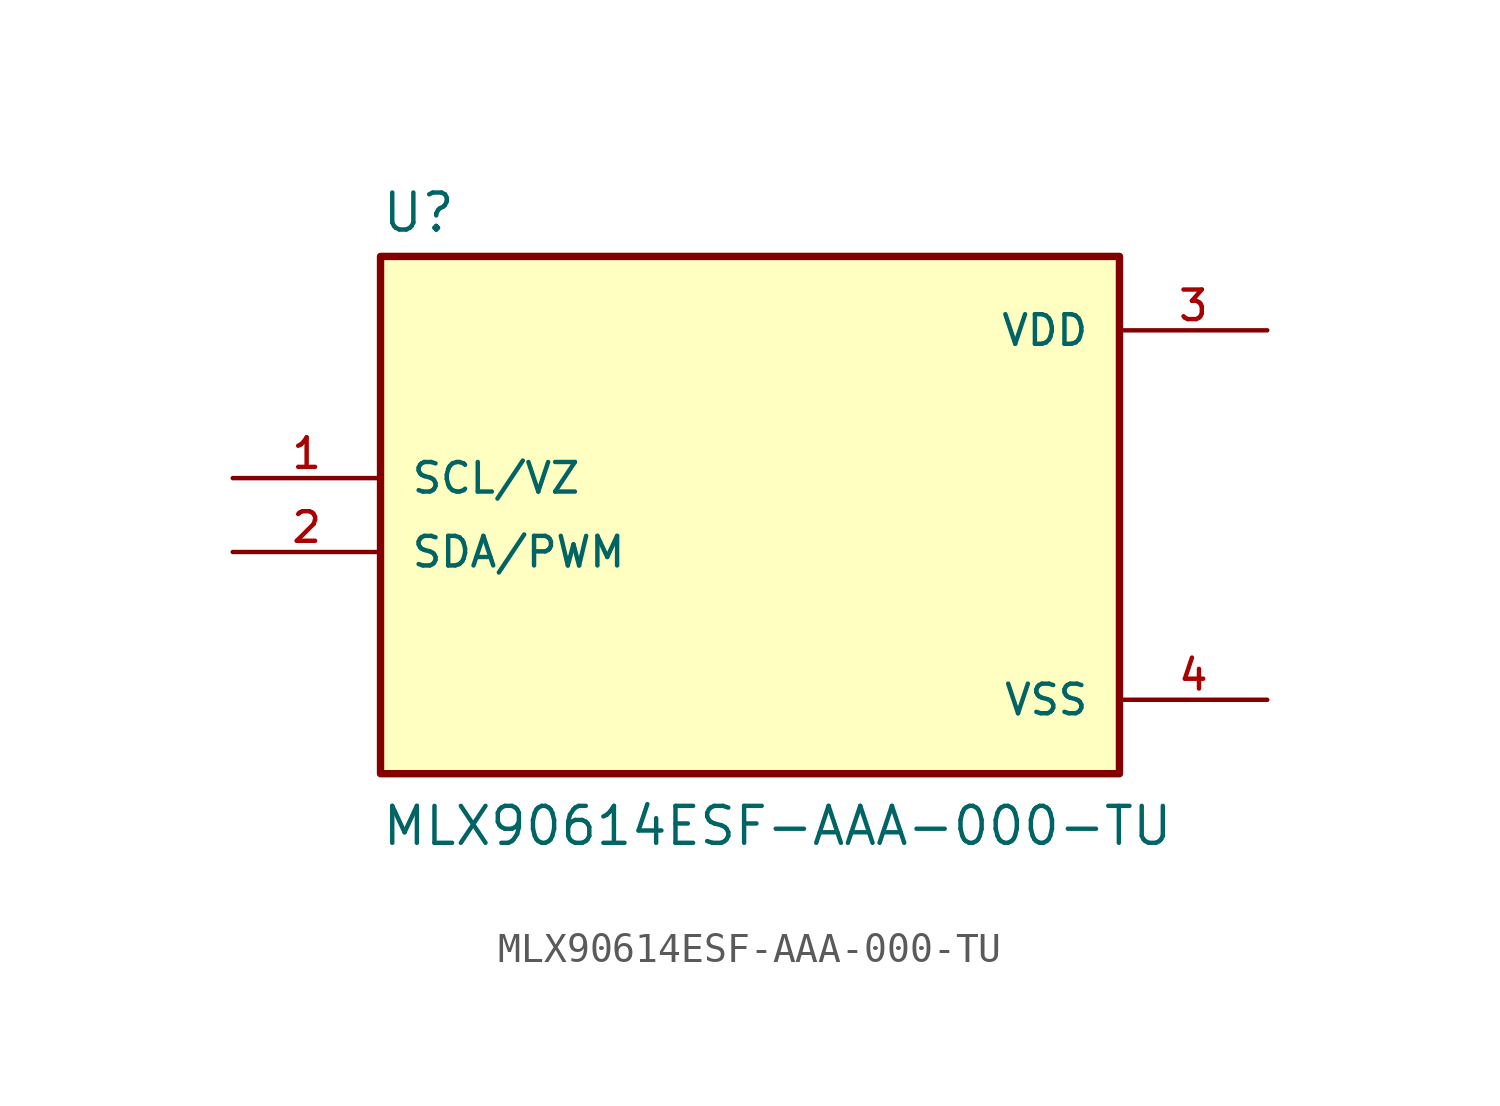
<source format=kicad_sym>
(kicad_symbol_lib
  (version 20211014)
  (generator kicad_symbol_editor)
  (symbol "MLX90614ESF-AAA-000-TU"
    (pin_names
      (offset 1.016))
    (property "Reference" "U"
      (at -12.7 8.382 0)
      (effects (font (size 1.27 1.27)) (justify bottom left)))
    (property "Value" "MLX90614ESF-AAA-000-TU"
      (at -12.7 -12.7 0)
      (effects (font (size 1.27 1.27)) (justify bottom left)))
    (symbol "MLX90614ESF-AAA-000-TU_0_0"
      (rectangle (start -12.7 -10.16) (end 12.7 7.62) (stroke (width 0.254)) (fill (type background)))
      (pin power_in line (at 17.78 5.08 180.0) (length 5.08) (name "VDD" (effects (font (size 1.016 1.016)))) (number "3" (effects (font (size 1.016 1.016)))))
      (pin power_in line (at 17.78 -7.62 180.0) (length 5.08) (name "VSS" (effects (font (size 1.016 1.016)))) (number "4" (effects (font (size 1.016 1.016)))))
      (pin input line (at -17.78 0.0 0) (length 5.08) (name "SCL/VZ" (effects (font (size 1.016 1.016)))) (number "1" (effects (font (size 1.016 1.016)))))
      (pin bidirectional line (at -17.78 -2.54 0) (length 5.08) (name "SDA/PWM" (effects (font (size 1.016 1.016)))) (number "2" (effects (font (size 1.016 1.016))))))))
</source>
